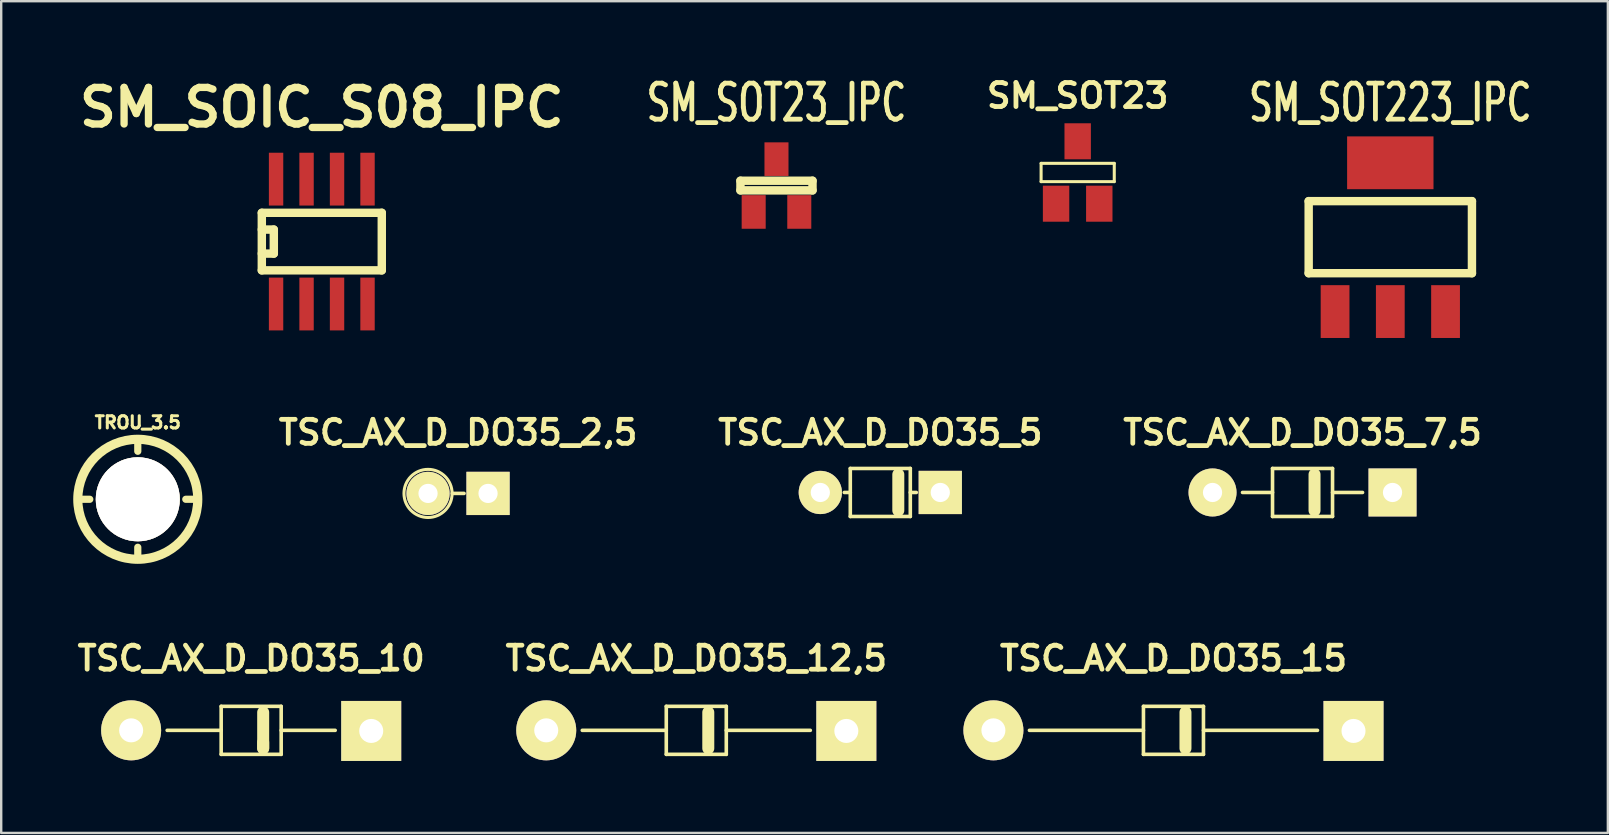
<source format=kicad_pcb>
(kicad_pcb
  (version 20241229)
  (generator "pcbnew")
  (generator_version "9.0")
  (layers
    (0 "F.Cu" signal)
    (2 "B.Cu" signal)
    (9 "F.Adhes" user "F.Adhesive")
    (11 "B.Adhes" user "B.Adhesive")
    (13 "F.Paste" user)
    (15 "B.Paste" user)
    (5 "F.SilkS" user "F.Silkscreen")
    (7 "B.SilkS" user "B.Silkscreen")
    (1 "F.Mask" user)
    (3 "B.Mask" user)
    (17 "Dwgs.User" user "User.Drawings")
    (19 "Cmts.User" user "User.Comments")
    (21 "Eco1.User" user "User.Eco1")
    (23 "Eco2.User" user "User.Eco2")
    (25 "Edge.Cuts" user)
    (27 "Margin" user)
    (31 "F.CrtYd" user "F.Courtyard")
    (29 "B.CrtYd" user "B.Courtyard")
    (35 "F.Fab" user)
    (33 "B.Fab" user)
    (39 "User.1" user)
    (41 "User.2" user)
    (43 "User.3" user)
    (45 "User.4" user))
  (footprint "TSC_AX_D_DO35_2,5"
    (layer "F.Cu")
    (at 16.032 17.506)
    (property "Reference" "TSC_AX_D_DO35_2,5" (at 0 -2.54 0) (layer "F.SilkS") (effects (font (size 1 1) (thickness 0.2))))
    (attr through_hole)
    (fp_line (start -0.24 0) (end 0.25 0) (stroke (width 0.15) (type solid)) (layer "F.SilkS"))
    (fp_circle (center -1.25 0) (end -1.501 0) (stroke (width 0.254) (type solid)) (fill no) (layer "F.SilkS"))
    (fp_circle (center -1.25 0) (end -0.249 -0.051) (stroke (width 0.127) (type solid)) (fill no) (layer "F.SilkS"))
    (pad "1" thru_hole circle (at -1.25 0) (size 1.801 1.801) (drill 0.8) (layers "*.Cu" "*.Mask" "F.SilkS"))
    (pad "2" thru_hole rect (at 1.25 0) (size 1.801 1.801) (drill 0.8) (layers "*.Cu" "*.Mask" "F.SilkS")))
  (footprint "TSC_AX_D_DO35_15"
    (layer "F.Cu")
    (at 45.836 27.376)
    (property "Reference" "TSC_AX_D_DO35_15" (at 0 -3 0) (layer "F.SilkS") (effects (font (size 1 1) (thickness 0.2))))
    (attr through_hole)
    (fp_line (start -1.25 -1) (end 1.25 -1) (stroke (width 0.15) (type solid)) (layer "F.SilkS"))
    (fp_line (start -1.25 0) (end -6 0) (stroke (width 0.15) (type solid)) (layer "F.SilkS"))
    (fp_line (start -1.25 1) (end -1.25 -1) (stroke (width 0.15) (type solid)) (layer "F.SilkS"))
    (fp_line (start 0.5 -0.75) (end 0.5 0.75) (stroke (width 0.5) (type solid)) (layer "F.SilkS"))
    (fp_line (start 1.25 -1) (end 1.25 1) (stroke (width 0.15) (type solid)) (layer "F.SilkS"))
    (fp_line (start 1.25 0) (end 6 0) (stroke (width 0.15) (type solid)) (layer "F.SilkS"))
    (fp_line (start 1.25 1) (end -1.25 1) (stroke (width 0.15) (type solid)) (layer "F.SilkS"))
    (pad "1" thru_hole circle (at -7.501 0) (size 2.499 2.499) (drill 1.001) (layers "*.Cu" "*.Mask" "F.SilkS"))
    (pad "2" thru_hole rect (at 7.501 0.025) (size 2.499 2.499) (drill 1.001) (layers "*.Cu" "*.Mask" "F.SilkS")))
  (footprint "TSC_AX_D_DO35_5"
    (layer "F.Cu")
    (at 33.623 17.466)
    (property "Reference" "TSC_AX_D_DO35_5" (at 0 -2.5 0) (layer "F.SilkS") (effects (font (size 1 1) (thickness 0.2))))
    (attr through_hole)
    (fp_line (start -1.5 0) (end -1.25 0) (stroke (width 0.15) (type solid)) (layer "F.SilkS"))
    (fp_line (start -1.25 -1) (end -1.25 1) (stroke (width 0.15) (type solid)) (layer "F.SilkS"))
    (fp_line (start -1.25 1) (end 1.25 1) (stroke (width 0.15) (type solid)) (layer "F.SilkS"))
    (fp_line (start 0.75 -0.75) (end 0.75 0.75) (stroke (width 0.5) (type solid)) (layer "F.SilkS"))
    (fp_line (start 1.25 -1) (end -1.25 -1) (stroke (width 0.15) (type solid)) (layer "F.SilkS"))
    (fp_line (start 1.25 1) (end 1.25 -1) (stroke (width 0.15) (type solid)) (layer "F.SilkS"))
    (fp_line (start 1.5 0) (end 1.25 0) (stroke (width 0.15) (type solid)) (layer "F.SilkS"))
    (pad "1" thru_hole circle (at -2.499 0) (size 1.801 1.801) (drill 0.8) (layers "*.Cu" "*.Mask" "F.SilkS"))
    (pad "2" thru_hole rect (at 2.499 0) (size 1.801 1.801) (drill 0.8) (layers "*.Cu" "*.Mask" "F.SilkS")))
  (footprint "TSC_AX_D_DO35_7,5"
    (layer "F.Cu")
    (at 51.213 17.466)
    (property "Reference" "TSC_AX_D_DO35_7,5" (at 0 -2.5 0) (layer "F.SilkS") (effects (font (size 1 1) (thickness 0.2))))
    (attr through_hole)
    (fp_line (start -2.5 0) (end -1.25 0) (stroke (width 0.15) (type solid)) (layer "F.SilkS"))
    (fp_line (start -1.25 -1) (end -1.25 1) (stroke (width 0.15) (type solid)) (layer "F.SilkS"))
    (fp_line (start -1.25 -1) (end 1.25 -1) (stroke (width 0.15) (type solid)) (layer "F.SilkS"))
    (fp_line (start -1.25 1) (end 1.25 1) (stroke (width 0.15) (type solid)) (layer "F.SilkS"))
    (fp_line (start 0.5 -0.75) (end 0.5 0.75) (stroke (width 0.5) (type solid)) (layer "F.SilkS"))
    (fp_line (start 1.25 0) (end 2.5 0) (stroke (width 0.15) (type solid)) (layer "F.SilkS"))
    (fp_line (start 1.25 1) (end 1.25 -1) (stroke (width 0.15) (type solid)) (layer "F.SilkS"))
    (pad "1" thru_hole circle (at -3.749 0) (size 1.999 1.999) (drill 0.8) (layers "*.Cu" "*.Mask" "F.SilkS"))
    (pad "2" thru_hole rect (at 3.749 0) (size 1.999 1.999) (drill 0.8) (layers "*.Cu" "*.Mask" "F.SilkS")))
  (footprint "SM_SOT23_IPC"
    (layer "F.Cu")
    (at 29.298 4.68)
    (property "Reference" "SM_SOT23_IPC" (at 0 -3.449 0) (layer "F.SilkS") (effects (font (size 1.501 1.001) (thickness 0.201))))
    (attr smd)
    (fp_line (start -1.501 -0.201) (end 1.501 -0.201) (stroke (width 0.351) (type solid)) (layer "F.SilkS"))
    (fp_line (start -1.501 0.201) (end -1.501 -0.201) (stroke (width 0.351) (type solid)) (layer "F.SilkS"))
    (fp_line (start 1.501 -0.201) (end 1.501 0.201) (stroke (width 0.351) (type solid)) (layer "F.SilkS"))
    (fp_line (start 1.501 0.201) (end -1.501 0.201) (stroke (width 0.351) (type solid)) (layer "F.SilkS"))
    (pad "1" smd rect (at 0 -1.1) (size 1.001 1.4) (layers "F.Cu" "F.Mask" "F.Paste"))
    (pad "2" smd rect (at -0.95 1.1) (size 1.001 1.4) (layers "F.Cu" "F.Mask" "F.Paste"))
    (pad "3" smd rect (at 0.95 1.1) (size 1.001 1.4) (layers "F.Cu" "F.Mask" "F.Paste")))
  (footprint "TSC_AX_D_DO35_12,5"
    (layer "F.Cu")
    (at 25.957 27.376)
    (property "Reference" "TSC_AX_D_DO35_12,5" (at 0 -3 0) (layer "F.SilkS") (effects (font (size 1 1) (thickness 0.2))))
    (attr through_hole)
    (fp_line (start -4.75 0) (end -1.25 0) (stroke (width 0.15) (type solid)) (layer "F.SilkS"))
    (fp_line (start -1.25 -1) (end 1.25 -1) (stroke (width 0.15) (type solid)) (layer "F.SilkS"))
    (fp_line (start -1.25 1) (end -1.25 -1) (stroke (width 0.15) (type solid)) (layer "F.SilkS"))
    (fp_line (start 0.5 -0.75) (end 0.5 0.75) (stroke (width 0.5) (type solid)) (layer "F.SilkS"))
    (fp_line (start 1.25 -1) (end 1.25 1) (stroke (width 0.15) (type solid)) (layer "F.SilkS"))
    (fp_line (start 1.25 0) (end 4.75 0) (stroke (width 0.15) (type solid)) (layer "F.SilkS"))
    (fp_line (start 1.25 1) (end -1.25 1) (stroke (width 0.15) (type solid)) (layer "F.SilkS"))
    (pad "1" thru_hole circle (at -6.251 0) (size 2.499 2.499) (drill 1.001) (layers "*.Cu" "*.Mask" "F.SilkS"))
    (pad "2" thru_hole rect (at 6.251 0.025) (size 2.499 2.499) (drill 1.001) (layers "*.Cu" "*.Mask" "F.SilkS")))
  (footprint "SM_SOT23"
    (layer "F.Cu")
    (at 41.846 4.036)
    (property "Reference" "SM_SOT23" (at 0 -3.1 0) (layer "F.SilkS") (effects (font (size 1 1) (thickness 0.2))))
    (attr smd)
    (fp_line (start -1.524 -0.281) (end -1.524 0.481) (stroke (width 0.127) (type solid)) (layer "F.SilkS"))
    (fp_line (start -1.524 0.481) (end 1.524 0.481) (stroke (width 0.127) (type solid)) (layer "F.SilkS"))
    (fp_line (start 1.524 -0.281) (end -1.524 -0.281) (stroke (width 0.127) (type solid)) (layer "F.SilkS"))
    (fp_line (start 1.524 0.481) (end 1.524 -0.281) (stroke (width 0.127) (type solid)) (layer "F.SilkS"))
    (pad "1" smd rect (at 0 -1.2) (size 1.1 1.501) (layers "F.Cu" "F.Mask" "F.Paste"))
    (pad "2" smd rect (at -0.9 1.4) (size 1.1 1.501) (layers "F.Cu" "F.Mask" "F.Paste"))
    (pad "3" smd rect (at 0.9 1.4) (size 1.1 1.501) (layers "F.Cu" "F.Mask" "F.Paste")))
  (footprint "TSC_AX_D_DO35_10"
    (layer "F.Cu")
    (at 7.414 27.376)
    (property "Reference" "TSC_AX_D_DO35_10" (at 0 -3 0) (layer "F.SilkS") (effects (font (size 1 1) (thickness 0.2))))
    (attr through_hole)
    (fp_line (start -3.5 0) (end -1.25 0) (stroke (width 0.15) (type solid)) (layer "F.SilkS"))
    (fp_line (start -1.25 -1) (end 1.25 -1) (stroke (width 0.15) (type solid)) (layer "F.SilkS"))
    (fp_line (start -1.25 1) (end -1.25 -1) (stroke (width 0.15) (type solid)) (layer "F.SilkS"))
    (fp_line (start 0.5 -0.75) (end 0.5 0.75) (stroke (width 0.5) (type solid)) (layer "F.SilkS"))
    (fp_line (start 0.5 0.75) (end 0.5 0.5) (stroke (width 0.5) (type solid)) (layer "F.SilkS"))
    (fp_line (start 1.25 -1) (end 1.25 1) (stroke (width 0.15) (type solid)) (layer "F.SilkS"))
    (fp_line (start 1.25 0) (end 3.5 0) (stroke (width 0.15) (type solid)) (layer "F.SilkS"))
    (fp_line (start 1.25 1) (end -1.25 1) (stroke (width 0.15) (type solid)) (layer "F.SilkS"))
    (pad "1" thru_hole circle (at -5.001 0) (size 2.499 2.499) (drill 1.001) (layers "*.Cu" "*.Mask" "F.SilkS"))
    (pad "2" thru_hole rect (at 5.001 0.025) (size 2.499 2.499) (drill 1.001) (layers "*.Cu" "*.Mask" "F.SilkS")))
  (footprint "SM_SOIC_S08_IPC"
    (layer "F.Cu")
    (at 10.356 7.014)
    (property "Reference" "SM_SOIC_S08_IPC" (at 0 -5.588 0) (layer "F.SilkS") (effects (font (size 1.524 1.524) (thickness 0.305))))
    (attr through_hole)
    (fp_line (start -2.499 -1.199) (end 2.499 -1.199) (stroke (width 0.351) (type solid)) (layer "F.SilkS"))
    (fp_line (start -2.499 -0.5) (end -1.999 -0.5) (stroke (width 0.351) (type solid)) (layer "F.SilkS"))
    (fp_line (start -2.499 1.199) (end -2.499 -1.199) (stroke (width 0.351) (type solid)) (layer "F.SilkS"))
    (fp_line (start -1.999 -0.5) (end -1.999 0.5) (stroke (width 0.351) (type solid)) (layer "F.SilkS"))
    (fp_line (start -1.999 0.5) (end -2.499 0.5) (stroke (width 0.351) (type solid)) (layer "F.SilkS"))
    (fp_line (start 2.499 -1.199) (end 2.499 1.199) (stroke (width 0.351) (type solid)) (layer "F.SilkS"))
    (fp_line (start 2.499 1.199) (end -2.499 1.199) (stroke (width 0.351) (type solid)) (layer "F.SilkS"))
    (pad "1" smd rect (at -1.905 2.601) (size 0.599 2.2) (layers "F.Cu" "F.Mask" "F.Paste"))
    (pad "2" smd rect (at -0.635 2.601) (size 0.599 2.2) (layers "F.Cu" "F.Mask" "F.Paste"))
    (pad "3" smd rect (at 0.635 2.601) (size 0.599 2.2) (layers "F.Cu" "F.Mask" "F.Paste"))
    (pad "4" smd rect (at 1.905 2.601) (size 0.599 2.2) (layers "F.Cu" "F.Mask" "F.Paste"))
    (pad "5" smd rect (at 1.905 -2.601) (size 0.599 2.2) (layers "F.Cu" "F.Mask" "F.Paste"))
    (pad "6" smd rect (at 0.635 -2.601) (size 0.599 2.2) (layers "F.Cu" "F.Mask" "F.Paste"))
    (pad "7" smd rect (at -0.635 -2.601) (size 0.599 2.2) (layers "F.Cu" "F.Mask" "F.Paste"))
    (pad "8" smd rect (at -1.905 -2.601) (size 0.599 2.2) (layers "F.Cu" "F.Mask" "F.Paste")))
  (footprint "TROU_3.5"
    (layer "F.Cu")
    (at 2.69 17.75)
    (property "Reference" "TROU_3.5" (at 0 -3.2 0) (layer "F.SilkS") (effects (font (size 0.508 0.508) (thickness 0.127))))
    (attr smd)
    (fp_line (start -2 0) (end -2.4 0) (stroke (width 0.3) (type solid)) (layer "F.SilkS"))
    (fp_line (start 0 -2) (end 0 -2.4) (stroke (width 0.3) (type solid)) (layer "F.SilkS"))
    (fp_line (start 0 2) (end 0 2.4) (stroke (width 0.3) (type solid)) (layer "F.SilkS"))
    (fp_line (start 2 0) (end 2.4 0) (stroke (width 0.3) (type solid)) (layer "F.SilkS"))
    (fp_circle (center 0 0) (end 2.499 0) (stroke (width 0.381) (type solid)) (fill no) (layer "F.SilkS"))
    (pad "" thru_hole circle (at 0 0) (size 3.5 3.5) (drill 3.5) (layers "*.Cu" "F.SilkS")))
  (footprint "SM_SOT223_IPC"
    (layer "F.Cu")
    (at 54.87 6.831)
    (property "Reference" "SM_SOT223_IPC" (at 0 -5.601 0) (layer "F.SilkS") (effects (font (size 1.501 1.001) (thickness 0.201))))
    (attr through_hole)
    (fp_line (start -3.401 -1.501) (end 3.401 -1.501) (stroke (width 0.351) (type solid)) (layer "F.SilkS"))
    (fp_line (start -3.401 1.501) (end -3.401 -1.501) (stroke (width 0.351) (type solid)) (layer "F.SilkS"))
    (fp_line (start 3.401 -1.501) (end 3.401 1.501) (stroke (width 0.351) (type solid)) (layer "F.SilkS"))
    (fp_line (start 3.401 1.501) (end -3.401 1.501) (stroke (width 0.351) (type solid)) (layer "F.SilkS"))
    (pad "1" smd rect (at -2.301 3.099) (size 1.199 2.2) (layers "F.Cu" "F.Mask" "F.Paste"))
    (pad "2" smd rect (at 0 3.099) (size 1.199 2.2) (layers "F.Cu" "F.Mask" "F.Paste"))
    (pad "3" smd rect (at 2.301 3.099) (size 1.199 2.2) (layers "F.Cu" "F.Mask" "F.Paste"))
    (pad "4" smd rect (at 0 -3.099) (size 3.599 2.2) (layers "F.Cu" "F.Mask" "F.Paste")))
  (gr_rect
    (start -3 -3)
    (end 63.933 31.651)
    (stroke (width 0.1) (type default))
    (fill no)
    (layer "Edge.Cuts")))
</source>
